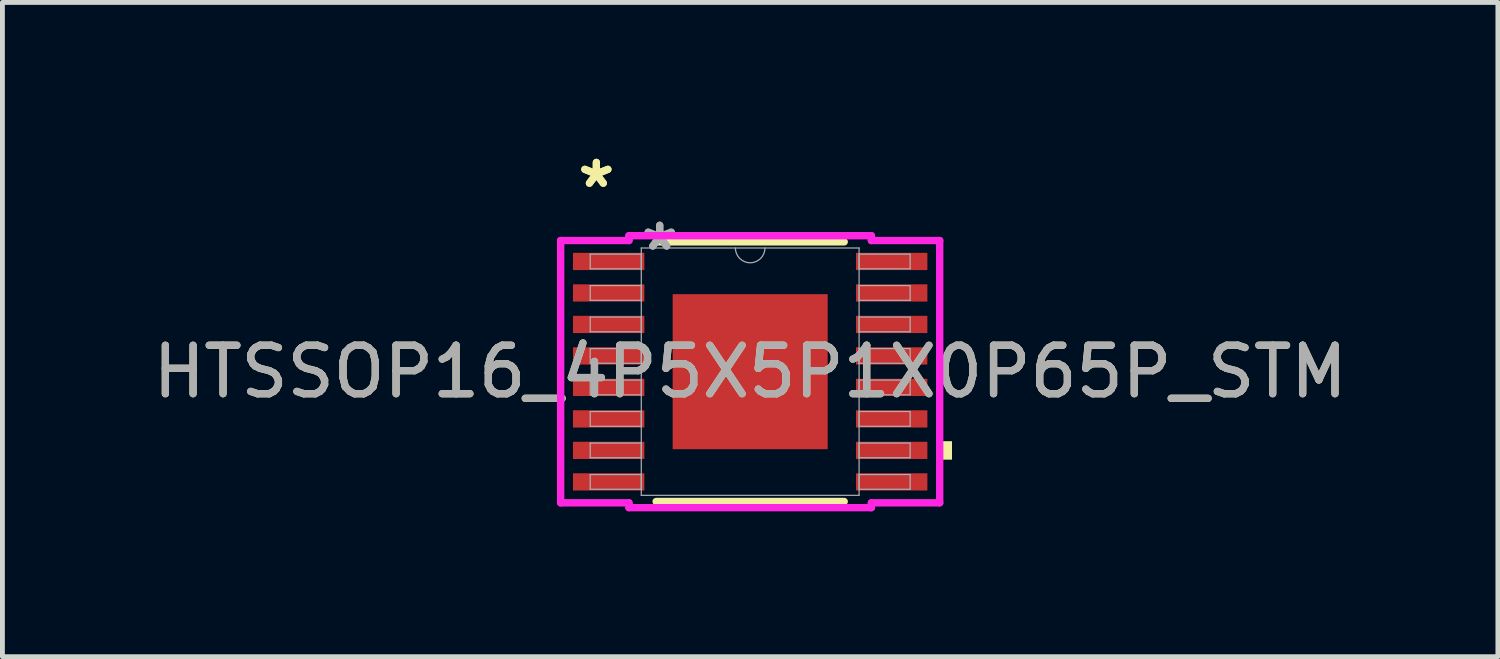
<source format=kicad_pcb>
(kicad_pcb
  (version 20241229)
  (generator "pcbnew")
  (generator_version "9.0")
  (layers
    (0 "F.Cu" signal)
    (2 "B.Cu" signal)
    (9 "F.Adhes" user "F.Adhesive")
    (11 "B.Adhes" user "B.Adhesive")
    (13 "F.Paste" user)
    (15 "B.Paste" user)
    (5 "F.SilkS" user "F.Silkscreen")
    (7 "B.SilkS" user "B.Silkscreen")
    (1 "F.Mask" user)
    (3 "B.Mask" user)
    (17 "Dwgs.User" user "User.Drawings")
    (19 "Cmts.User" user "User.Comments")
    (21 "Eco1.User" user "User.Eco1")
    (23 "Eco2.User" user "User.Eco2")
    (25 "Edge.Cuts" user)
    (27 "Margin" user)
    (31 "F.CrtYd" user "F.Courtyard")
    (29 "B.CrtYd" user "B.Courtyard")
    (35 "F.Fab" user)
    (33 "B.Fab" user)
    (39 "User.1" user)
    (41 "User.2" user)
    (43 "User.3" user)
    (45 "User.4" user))
  (footprint "HTSSOP16_4P5X5P1X0P65P_STM"
    (layer "F.Cu")
    (at 12.435 4.622)
    (property "Reference" "HTSSOP16_4P5X5P1X0P65P_STM" (at 0 0 0) (unlocked yes) (layer "F.SilkS") (effects (font (size 1 1) (thickness 0.15))))
    (attr smd)
    (fp_line (start -1.941 2.68) (end 1.941 2.68) (stroke (width 0.152) (type solid)) (layer "F.SilkS"))
    (fp_line (start 1.941 -2.68) (end -1.941 -2.68) (stroke (width 0.152) (type solid)) (layer "F.SilkS"))
    (fp_poly (pts (xy 4.166 1.435) (xy 4.166 1.816) (xy 3.912 1.816) (xy 3.912 1.435)) (stroke (width 0) (type solid)) (fill yes) (layer "F.SilkS"))
    (fp_poly (pts (xy -1.5 -1.5) (xy -1.5 -0.1) (xy -0.1 -0.1) (xy -0.1 -1.5)) (stroke (width 0) (type solid)) (fill yes) (layer "F.Paste"))
    (fp_poly (pts (xy -1.5 0.1) (xy -1.5 1.5) (xy -0.1 1.5) (xy -0.1 0.1)) (stroke (width 0) (type solid)) (fill yes) (layer "F.Paste"))
    (fp_poly (pts (xy 0.1 -1.5) (xy 0.1 -0.1) (xy 1.5 -0.1) (xy 1.5 -1.5)) (stroke (width 0) (type solid)) (fill yes) (layer "F.Paste"))
    (fp_poly (pts (xy 0.1 0.1) (xy 0.1 1.5) (xy 1.5 1.5) (xy 1.5 0.1)) (stroke (width 0) (type solid)) (fill yes) (layer "F.Paste"))
    (fp_line (start -3.912 -2.707) (end -2.502 -2.707) (stroke (width 0.152) (type solid)) (layer "F.CrtYd"))
    (fp_line (start -3.912 2.707) (end -3.912 -2.707) (stroke (width 0.152) (type solid)) (layer "F.CrtYd"))
    (fp_line (start -3.912 2.707) (end -2.502 2.707) (stroke (width 0.152) (type solid)) (layer "F.CrtYd"))
    (fp_line (start -2.502 -2.807) (end 2.502 -2.807) (stroke (width 0.152) (type solid)) (layer "F.CrtYd"))
    (fp_line (start -2.502 -2.707) (end -2.502 -2.807) (stroke (width 0.152) (type solid)) (layer "F.CrtYd"))
    (fp_line (start -2.502 2.807) (end -2.502 2.707) (stroke (width 0.152) (type solid)) (layer "F.CrtYd"))
    (fp_line (start 2.502 -2.807) (end 2.502 -2.707) (stroke (width 0.152) (type solid)) (layer "F.CrtYd"))
    (fp_line (start 2.502 2.707) (end 2.502 2.807) (stroke (width 0.152) (type solid)) (layer "F.CrtYd"))
    (fp_line (start 2.502 2.807) (end -2.502 2.807) (stroke (width 0.152) (type solid)) (layer "F.CrtYd"))
    (fp_line (start 3.912 -2.707) (end 2.502 -2.707) (stroke (width 0.152) (type solid)) (layer "F.CrtYd"))
    (fp_line (start 3.912 -2.707) (end 3.912 2.707) (stroke (width 0.152) (type solid)) (layer "F.CrtYd"))
    (fp_line (start 3.912 2.707) (end 2.502 2.707) (stroke (width 0.152) (type solid)) (layer "F.CrtYd"))
    (fp_line (start -3.302 -2.427) (end -3.302 -2.123) (stroke (width 0.025) (type solid)) (layer "F.Fab"))
    (fp_line (start -3.302 -2.123) (end -2.248 -2.123) (stroke (width 0.025) (type solid)) (layer "F.Fab"))
    (fp_line (start -3.302 -1.777) (end -3.302 -1.473) (stroke (width 0.025) (type solid)) (layer "F.Fab"))
    (fp_line (start -3.302 -1.473) (end -2.248 -1.473) (stroke (width 0.025) (type solid)) (layer "F.Fab"))
    (fp_line (start -3.302 -1.127) (end -3.302 -0.823) (stroke (width 0.025) (type solid)) (layer "F.Fab"))
    (fp_line (start -3.302 -0.823) (end -2.248 -0.823) (stroke (width 0.025) (type solid)) (layer "F.Fab"))
    (fp_line (start -3.302 -0.477) (end -3.302 -0.173) (stroke (width 0.025) (type solid)) (layer "F.Fab"))
    (fp_line (start -3.302 -0.173) (end -2.248 -0.173) (stroke (width 0.025) (type solid)) (layer "F.Fab"))
    (fp_line (start -3.302 0.173) (end -3.302 0.477) (stroke (width 0.025) (type solid)) (layer "F.Fab"))
    (fp_line (start -3.302 0.477) (end -2.248 0.477) (stroke (width 0.025) (type solid)) (layer "F.Fab"))
    (fp_line (start -3.302 0.823) (end -3.302 1.127) (stroke (width 0.025) (type solid)) (layer "F.Fab"))
    (fp_line (start -3.302 1.127) (end -2.248 1.127) (stroke (width 0.025) (type solid)) (layer "F.Fab"))
    (fp_line (start -3.302 1.473) (end -3.302 1.777) (stroke (width 0.025) (type solid)) (layer "F.Fab"))
    (fp_line (start -3.302 1.777) (end -2.248 1.777) (stroke (width 0.025) (type solid)) (layer "F.Fab"))
    (fp_line (start -3.302 2.123) (end -3.302 2.427) (stroke (width 0.025) (type solid)) (layer "F.Fab"))
    (fp_line (start -3.302 2.427) (end -2.248 2.427) (stroke (width 0.025) (type solid)) (layer "F.Fab"))
    (fp_line (start -2.248 -2.553) (end -2.248 2.553) (stroke (width 0.025) (type solid)) (layer "F.Fab"))
    (fp_line (start -2.248 -2.427) (end -3.302 -2.427) (stroke (width 0.025) (type solid)) (layer "F.Fab"))
    (fp_line (start -2.248 -2.123) (end -2.248 -2.427) (stroke (width 0.025) (type solid)) (layer "F.Fab"))
    (fp_line (start -2.248 -1.777) (end -3.302 -1.777) (stroke (width 0.025) (type solid)) (layer "F.Fab"))
    (fp_line (start -2.248 -1.473) (end -2.248 -1.777) (stroke (width 0.025) (type solid)) (layer "F.Fab"))
    (fp_line (start -2.248 -1.127) (end -3.302 -1.127) (stroke (width 0.025) (type solid)) (layer "F.Fab"))
    (fp_line (start -2.248 -0.823) (end -2.248 -1.127) (stroke (width 0.025) (type solid)) (layer "F.Fab"))
    (fp_line (start -2.248 -0.477) (end -3.302 -0.477) (stroke (width 0.025) (type solid)) (layer "F.Fab"))
    (fp_line (start -2.248 -0.173) (end -2.248 -0.477) (stroke (width 0.025) (type solid)) (layer "F.Fab"))
    (fp_line (start -2.248 0.173) (end -3.302 0.173) (stroke (width 0.025) (type solid)) (layer "F.Fab"))
    (fp_line (start -2.248 0.477) (end -2.248 0.173) (stroke (width 0.025) (type solid)) (layer "F.Fab"))
    (fp_line (start -2.248 0.823) (end -3.302 0.823) (stroke (width 0.025) (type solid)) (layer "F.Fab"))
    (fp_line (start -2.248 1.127) (end -2.248 0.823) (stroke (width 0.025) (type solid)) (layer "F.Fab"))
    (fp_line (start -2.248 1.473) (end -3.302 1.473) (stroke (width 0.025) (type solid)) (layer "F.Fab"))
    (fp_line (start -2.248 1.777) (end -2.248 1.473) (stroke (width 0.025) (type solid)) (layer "F.Fab"))
    (fp_line (start -2.248 2.123) (end -3.302 2.123) (stroke (width 0.025) (type solid)) (layer "F.Fab"))
    (fp_line (start -2.248 2.427) (end -2.248 2.123) (stroke (width 0.025) (type solid)) (layer "F.Fab"))
    (fp_line (start -2.248 2.553) (end 2.248 2.553) (stroke (width 0.025) (type solid)) (layer "F.Fab"))
    (fp_line (start 2.248 -2.553) (end -2.248 -2.553) (stroke (width 0.025) (type solid)) (layer "F.Fab"))
    (fp_line (start 2.248 -2.427) (end 2.248 -2.123) (stroke (width 0.025) (type solid)) (layer "F.Fab"))
    (fp_line (start 2.248 -2.123) (end 3.302 -2.123) (stroke (width 0.025) (type solid)) (layer "F.Fab"))
    (fp_line (start 2.248 -1.777) (end 2.248 -1.473) (stroke (width 0.025) (type solid)) (layer "F.Fab"))
    (fp_line (start 2.248 -1.473) (end 3.302 -1.473) (stroke (width 0.025) (type solid)) (layer "F.Fab"))
    (fp_line (start 2.248 -1.127) (end 2.248 -0.823) (stroke (width 0.025) (type solid)) (layer "F.Fab"))
    (fp_line (start 2.248 -0.823) (end 3.302 -0.823) (stroke (width 0.025) (type solid)) (layer "F.Fab"))
    (fp_line (start 2.248 -0.477) (end 2.248 -0.173) (stroke (width 0.025) (type solid)) (layer "F.Fab"))
    (fp_line (start 2.248 -0.173) (end 3.302 -0.173) (stroke (width 0.025) (type solid)) (layer "F.Fab"))
    (fp_line (start 2.248 0.173) (end 2.248 0.477) (stroke (width 0.025) (type solid)) (layer "F.Fab"))
    (fp_line (start 2.248 0.477) (end 3.302 0.477) (stroke (width 0.025) (type solid)) (layer "F.Fab"))
    (fp_line (start 2.248 0.823) (end 2.248 1.127) (stroke (width 0.025) (type solid)) (layer "F.Fab"))
    (fp_line (start 2.248 1.127) (end 3.302 1.127) (stroke (width 0.025) (type solid)) (layer "F.Fab"))
    (fp_line (start 2.248 1.473) (end 2.248 1.777) (stroke (width 0.025) (type solid)) (layer "F.Fab"))
    (fp_line (start 2.248 1.777) (end 3.302 1.777) (stroke (width 0.025) (type solid)) (layer "F.Fab"))
    (fp_line (start 2.248 2.123) (end 2.248 2.427) (stroke (width 0.025) (type solid)) (layer "F.Fab"))
    (fp_line (start 2.248 2.427) (end 3.302 2.427) (stroke (width 0.025) (type solid)) (layer "F.Fab"))
    (fp_line (start 2.248 2.553) (end 2.248 -2.553) (stroke (width 0.025) (type solid)) (layer "F.Fab"))
    (fp_line (start 3.302 -2.427) (end 2.248 -2.427) (stroke (width 0.025) (type solid)) (layer "F.Fab"))
    (fp_line (start 3.302 -2.123) (end 3.302 -2.427) (stroke (width 0.025) (type solid)) (layer "F.Fab"))
    (fp_line (start 3.302 -1.777) (end 2.248 -1.777) (stroke (width 0.025) (type solid)) (layer "F.Fab"))
    (fp_line (start 3.302 -1.473) (end 3.302 -1.777) (stroke (width 0.025) (type solid)) (layer "F.Fab"))
    (fp_line (start 3.302 -1.127) (end 2.248 -1.127) (stroke (width 0.025) (type solid)) (layer "F.Fab"))
    (fp_line (start 3.302 -0.823) (end 3.302 -1.127) (stroke (width 0.025) (type solid)) (layer "F.Fab"))
    (fp_line (start 3.302 -0.477) (end 2.248 -0.477) (stroke (width 0.025) (type solid)) (layer "F.Fab"))
    (fp_line (start 3.302 -0.173) (end 3.302 -0.477) (stroke (width 0.025) (type solid)) (layer "F.Fab"))
    (fp_line (start 3.302 0.173) (end 2.248 0.173) (stroke (width 0.025) (type solid)) (layer "F.Fab"))
    (fp_line (start 3.302 0.477) (end 3.302 0.173) (stroke (width 0.025) (type solid)) (layer "F.Fab"))
    (fp_line (start 3.302 0.823) (end 2.248 0.823) (stroke (width 0.025) (type solid)) (layer "F.Fab"))
    (fp_line (start 3.302 1.127) (end 3.302 0.823) (stroke (width 0.025) (type solid)) (layer "F.Fab"))
    (fp_line (start 3.302 1.473) (end 2.248 1.473) (stroke (width 0.025) (type solid)) (layer "F.Fab"))
    (fp_line (start 3.302 1.777) (end 3.302 1.473) (stroke (width 0.025) (type solid)) (layer "F.Fab"))
    (fp_line (start 3.302 2.123) (end 2.248 2.123) (stroke (width 0.025) (type solid)) (layer "F.Fab"))
    (fp_line (start 3.302 2.427) (end 3.302 2.123) (stroke (width 0.025) (type solid)) (layer "F.Fab"))
    (fp_arc (start 0.3048 -2.5527) (mid 0 -2.2479) (end -0.3048 -2.5527) (stroke (width 0.0254) (type solid)) (layer "F.Fab"))
    (fp_text user "*" (at -3.175 -3.774 0) (layer "F.SilkS") (effects (font (size 1 1) (thickness 0.15))))
    (fp_text user "*" (at -3.175 -3.774 0) (unlocked yes) (layer "F.SilkS") (effects (font (size 1 1) (thickness 0.15))))
    (fp_text user "${REFERENCE}" (at 0 0 0) (unlocked yes) (layer "F.Fab") (effects (font (size 1 1) (thickness 0.15))))
    (fp_text user "*" (at -1.867 -2.477 0) (unlocked yes) (layer "F.Fab") (effects (font (size 1 1) (thickness 0.15))))
    (fp_text user "*" (at -1.867 -2.477 0) (layer "F.Fab") (effects (font (size 1 1) (thickness 0.15))))
    (pad "1" smd rect (at -2.921 -2.275) (size 1.473 0.356) (layers "F.Cu" "F.Mask" "F.Paste"))
    (pad "2" smd rect (at -2.921 -1.625) (size 1.473 0.356) (layers "F.Cu" "F.Mask" "F.Paste"))
    (pad "3" smd rect (at -2.921 -0.975) (size 1.473 0.356) (layers "F.Cu" "F.Mask" "F.Paste"))
    (pad "4" smd rect (at -2.921 -0.325) (size 1.473 0.356) (layers "F.Cu" "F.Mask" "F.Paste"))
    (pad "5" smd rect (at -2.921 0.325) (size 1.473 0.356) (layers "F.Cu" "F.Mask" "F.Paste"))
    (pad "6" smd rect (at -2.921 0.975) (size 1.473 0.356) (layers "F.Cu" "F.Mask" "F.Paste"))
    (pad "7" smd rect (at -2.921 1.625) (size 1.473 0.356) (layers "F.Cu" "F.Mask" "F.Paste"))
    (pad "8" smd rect (at -2.921 2.275) (size 1.473 0.356) (layers "F.Cu" "F.Mask" "F.Paste"))
    (pad "9" smd rect (at 2.921 2.275) (size 1.473 0.356) (layers "F.Cu" "F.Mask" "F.Paste"))
    (pad "10" smd rect (at 2.921 1.625) (size 1.473 0.356) (layers "F.Cu" "F.Mask" "F.Paste"))
    (pad "11" smd rect (at 2.921 0.975) (size 1.473 0.356) (layers "F.Cu" "F.Mask" "F.Paste"))
    (pad "12" smd rect (at 2.921 0.325) (size 1.473 0.356) (layers "F.Cu" "F.Mask" "F.Paste"))
    (pad "13" smd rect (at 2.921 -0.325) (size 1.473 0.356) (layers "F.Cu" "F.Mask" "F.Paste"))
    (pad "14" smd rect (at 2.921 -0.975) (size 1.473 0.356) (layers "F.Cu" "F.Mask" "F.Paste"))
    (pad "15" smd rect (at 2.921 -1.625) (size 1.473 0.356) (layers "F.Cu" "F.Mask" "F.Paste"))
    (pad "16" smd rect (at 2.921 -2.275) (size 1.473 0.356) (layers "F.Cu" "F.Mask" "F.Paste"))
    (pad "EPAD" smd rect (at 0 0) (size 3.2 3.2) (layers "F.Cu" "F.Mask")))
  (gr_rect
    (start -3 -3)
    (end 27.869 10.505)
    (stroke (width 0.1) (type default))
    (fill no)
    (layer "Edge.Cuts")))
</source>
